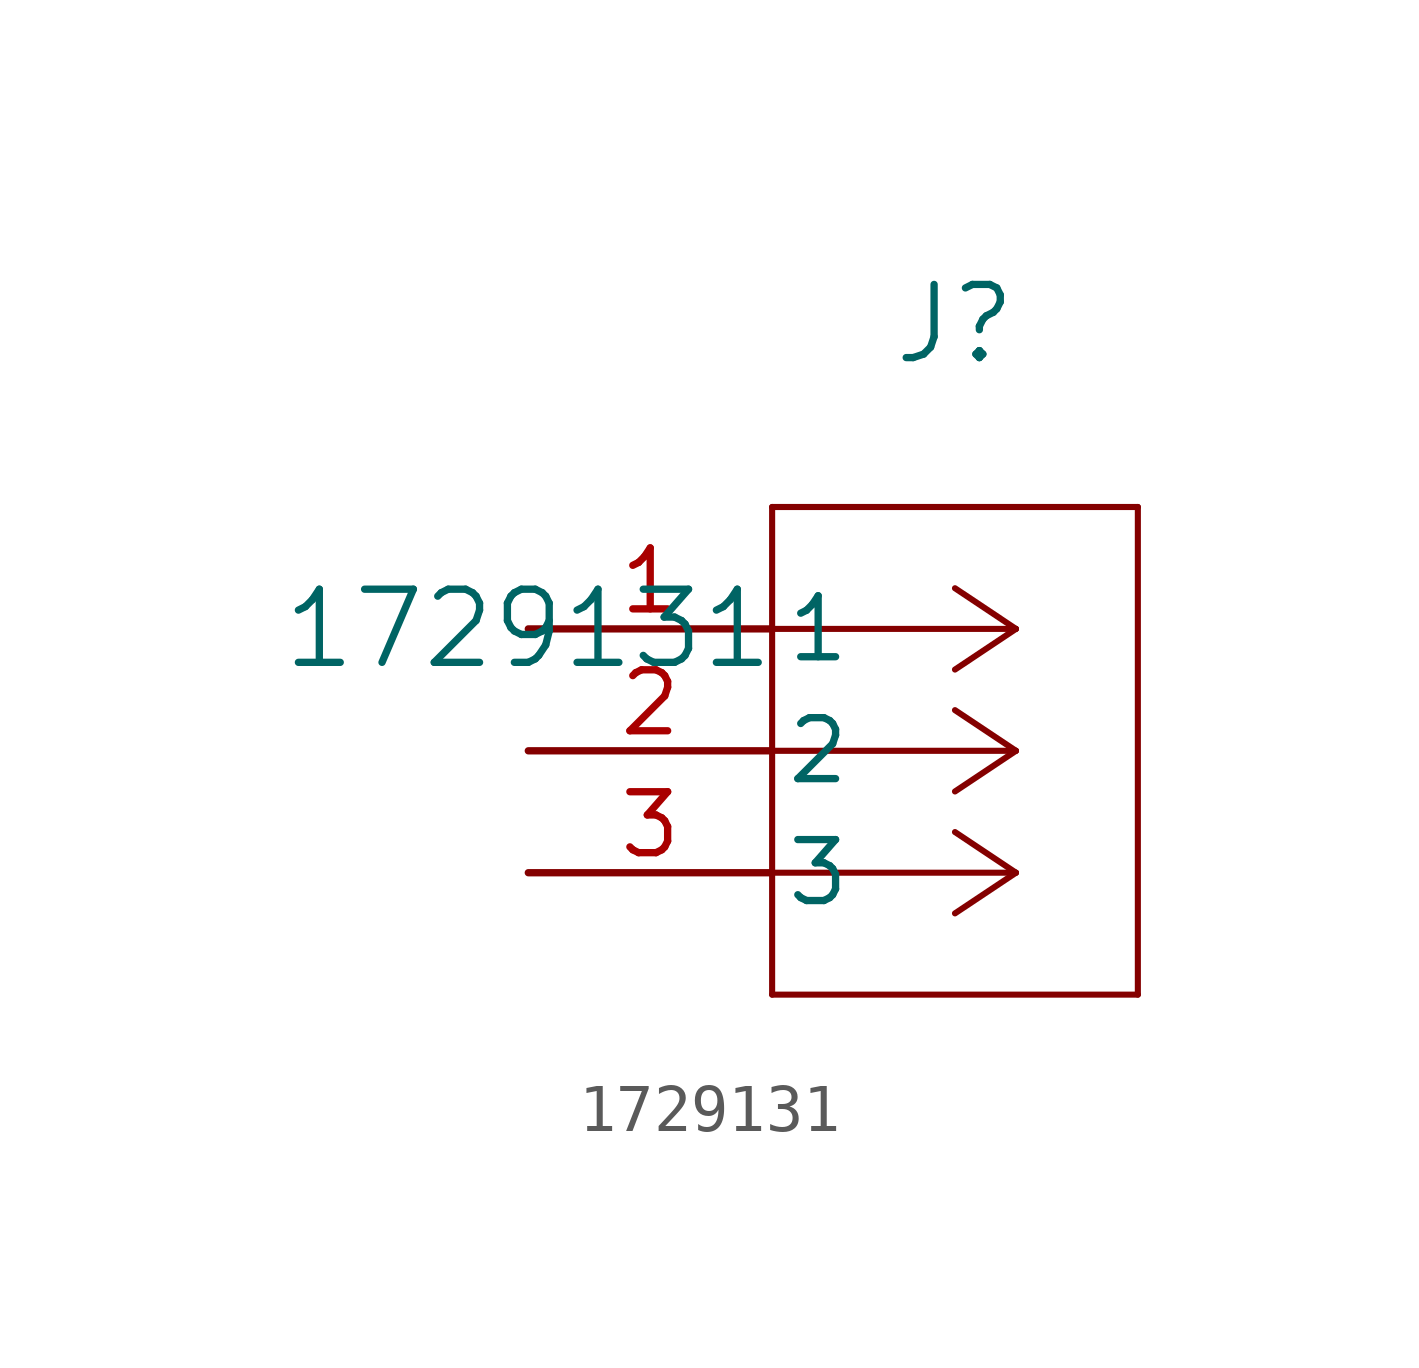
<source format=kicad_sym>
(kicad_symbol_lib
  (version 20211014)
  (generator kicad_symbol_editor)
  (symbol "1729131"
    (pin_names
      (offset 0.254))
    (property "Reference" "J"
      (at 8.89 6.35 0)
      (effects (font (size 1.524 1.524))))
    (property "Value" "1729131"
      (at 0 0 0)
      (effects (font (size 1.524 1.524))))
    (symbol "1729131_0_1"
      (polyline (pts (xy 10.16 0) (xy 5.08 0)) (stroke (width 0.127) (type default) (color 0 0 0 0)) (fill (type none)))
      (polyline (pts (xy 10.16 -2.54) (xy 5.08 -2.54)) (stroke (width 0.127) (type default) (color 0 0 0 0)) (fill (type none)))
      (polyline (pts (xy 10.16 -5.08) (xy 5.08 -5.08)) (stroke (width 0.127) (type default) (color 0 0 0 0)) (fill (type none)))
      (polyline (pts (xy 10.16 0) (xy 8.89 0.847)) (stroke (width 0.127) (type default) (color 0 0 0 0)) (fill (type none)))
      (polyline (pts (xy 10.16 -2.54) (xy 8.89 -1.693)) (stroke (width 0.127) (type default) (color 0 0 0 0)) (fill (type none)))
      (polyline (pts (xy 10.16 -5.08) (xy 8.89 -4.233)) (stroke (width 0.127) (type default) (color 0 0 0 0)) (fill (type none)))
      (polyline (pts (xy 10.16 0) (xy 8.89 -0.847)) (stroke (width 0.127) (type default) (color 0 0 0 0)) (fill (type none)))
      (polyline (pts (xy 10.16 -2.54) (xy 8.89 -3.387)) (stroke (width 0.127) (type default) (color 0 0 0 0)) (fill (type none)))
      (polyline (pts (xy 10.16 -5.08) (xy 8.89 -5.927)) (stroke (width 0.127) (type default) (color 0 0 0 0)) (fill (type none)))
      (polyline (pts (xy 5.08 2.54) (xy 5.08 -7.62)) (stroke (width 0.127) (type default) (color 0 0 0 0)) (fill (type none)))
      (polyline (pts (xy 5.08 -7.62) (xy 12.7 -7.62)) (stroke (width 0.127) (type default) (color 0 0 0 0)) (fill (type none)))
      (polyline (pts (xy 12.7 -7.62) (xy 12.7 2.54)) (stroke (width 0.127) (type default) (color 0 0 0 0)) (fill (type none)))
      (polyline (pts (xy 12.7 2.54) (xy 5.08 2.54)) (stroke (width 0.127) (type default) (color 0 0 0 0)) (fill (type none)))
      (pin unspecified line (at 0 0 0) (length 5.08) (name "1" (effects (font (size 1.27 1.27)))) (number "1" (effects (font (size 1.27 1.27)))))
      (pin unspecified line (at 0 -2.54 0) (length 5.08) (name "2" (effects (font (size 1.27 1.27)))) (number "2" (effects (font (size 1.27 1.27)))))
      (pin unspecified line (at 0 -5.08 0) (length 5.08) (name "3" (effects (font (size 1.27 1.27)))) (number "3" (effects (font (size 1.27 1.27))))))))
</source>
